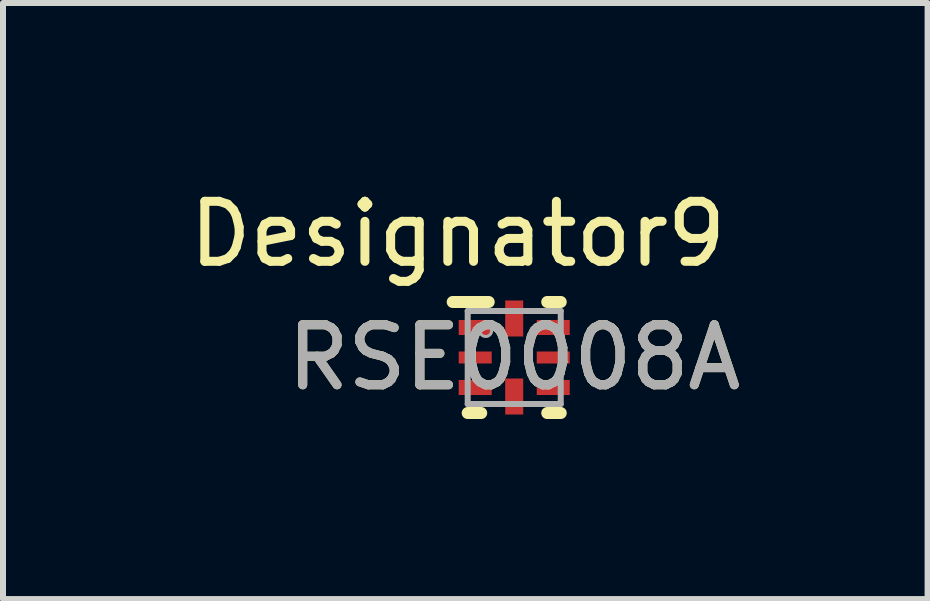
<source format=kicad_pcb>
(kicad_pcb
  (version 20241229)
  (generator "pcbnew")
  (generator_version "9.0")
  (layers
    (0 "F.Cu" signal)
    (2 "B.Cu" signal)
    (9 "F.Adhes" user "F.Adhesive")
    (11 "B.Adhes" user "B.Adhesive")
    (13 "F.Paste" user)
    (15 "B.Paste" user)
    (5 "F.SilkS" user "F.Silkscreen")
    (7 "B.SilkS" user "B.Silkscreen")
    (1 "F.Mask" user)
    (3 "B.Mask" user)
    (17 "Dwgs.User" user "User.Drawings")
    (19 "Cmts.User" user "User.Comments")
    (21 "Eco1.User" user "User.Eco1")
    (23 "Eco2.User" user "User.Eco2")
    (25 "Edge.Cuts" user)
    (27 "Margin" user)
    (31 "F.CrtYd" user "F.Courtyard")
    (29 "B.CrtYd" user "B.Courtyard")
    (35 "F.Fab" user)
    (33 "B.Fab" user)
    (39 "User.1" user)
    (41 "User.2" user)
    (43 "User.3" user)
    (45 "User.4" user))
  (footprint "RSE0008A"
    (layer "F.Cu")
    (at 5.517 2.906)
    (property "Reference" "RSE0008A" (at 0 0 0) (unlocked yes) (layer "F.SilkS") (effects (font (size 1 1) (thickness 0.15))))
    (attr smd)
    (fp_line (start -1.025 -0.925) (end -0.425 -0.925) (stroke (width 0.2) (type solid)) (layer "F.SilkS"))
    (fp_line (start -0.775 0.925) (end -0.55 0.925) (stroke (width 0.2) (type solid)) (layer "F.SilkS"))
    (fp_line (start 0.55 -0.925) (end 0.775 -0.925) (stroke (width 0.2) (type solid)) (layer "F.SilkS"))
    (fp_line (start 0.55 0.925) (end 0.775 0.925) (stroke (width 0.2) (type solid)) (layer "F.SilkS"))
    (fp_line (start -0.775 -0.775) (end 0.775 -0.775) (stroke (width 0.1) (type solid)) (layer "F.Fab"))
    (fp_line (start -0.775 0.775) (end -0.775 -0.775) (stroke (width 0.1) (type solid)) (layer "F.Fab"))
    (fp_line (start -0.775 0.775) (end 0.775 0.775) (stroke (width 0.1) (type solid)) (layer "F.Fab"))
    (fp_line (start 0.775 0.775) (end 0.775 -0.775) (stroke (width 0.1) (type solid)) (layer "F.Fab"))
    (fp_circle (center -0.475 -0.45) (end -0.375 -0.45) (stroke (width 0.05) (type solid)) (fill no) (layer "F.Fab"))
    (fp_text user "Designator9" (at -0.94 -2.057 0) (unlocked yes) (layer "F.SilkS") (effects (font (size 1 1) (thickness 0.15))))
    (fp_text user "${REFERENCE}" (at 0 0 0) (unlocked yes) (layer "F.Fab") (effects (font (size 1 1) (thickness 0.15))))
    (pad "1" smd rect (at -0.65 -0.5 90) (size 0.25 0.55) (layers "F.Cu" "F.Mask" "F.Paste"))
    (pad "2" smd rect (at -0.65 0 90) (size 0.2 0.55) (layers "F.Cu" "F.Mask" "F.Paste"))
    (pad "3" smd rect (at -0.65 0.5 90) (size 0.25 0.55) (layers "F.Cu" "F.Mask" "F.Paste"))
    (pad "4" smd rect (at 0 0.65) (size 0.3 0.6) (layers "F.Cu" "F.Mask" "F.Paste"))
    (pad "5" smd rect (at 0.65 0.5 90) (size 0.25 0.55) (layers "F.Cu" "F.Mask" "F.Paste"))
    (pad "6" smd rect (at 0.65 0 90) (size 0.2 0.55) (layers "F.Cu" "F.Mask" "F.Paste"))
    (pad "7" smd rect (at 0.65 -0.5 90) (size 0.25 0.55) (layers "F.Cu" "F.Mask" "F.Paste"))
    (pad "8" smd rect (at 0 -0.65) (size 0.3 0.6) (layers "F.Cu" "F.Mask" "F.Paste")))
  (gr_rect
    (start -3 -3)
    (end 12.404 6.931)
    (stroke (width 0.1) (type default))
    (fill no)
    (layer "Edge.Cuts")))
</source>
